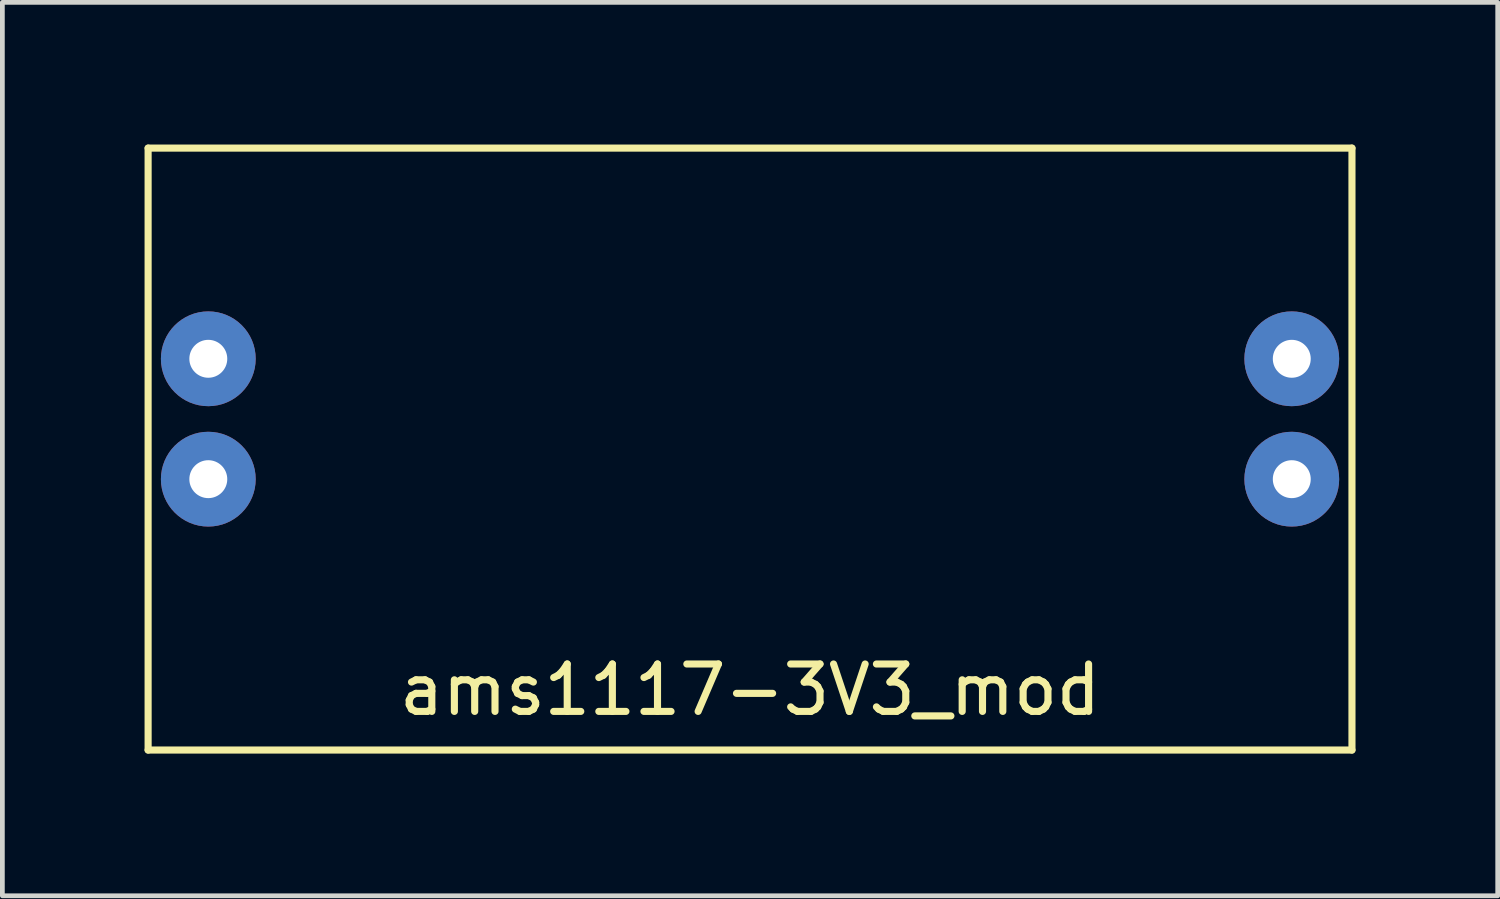
<source format=kicad_pcb>
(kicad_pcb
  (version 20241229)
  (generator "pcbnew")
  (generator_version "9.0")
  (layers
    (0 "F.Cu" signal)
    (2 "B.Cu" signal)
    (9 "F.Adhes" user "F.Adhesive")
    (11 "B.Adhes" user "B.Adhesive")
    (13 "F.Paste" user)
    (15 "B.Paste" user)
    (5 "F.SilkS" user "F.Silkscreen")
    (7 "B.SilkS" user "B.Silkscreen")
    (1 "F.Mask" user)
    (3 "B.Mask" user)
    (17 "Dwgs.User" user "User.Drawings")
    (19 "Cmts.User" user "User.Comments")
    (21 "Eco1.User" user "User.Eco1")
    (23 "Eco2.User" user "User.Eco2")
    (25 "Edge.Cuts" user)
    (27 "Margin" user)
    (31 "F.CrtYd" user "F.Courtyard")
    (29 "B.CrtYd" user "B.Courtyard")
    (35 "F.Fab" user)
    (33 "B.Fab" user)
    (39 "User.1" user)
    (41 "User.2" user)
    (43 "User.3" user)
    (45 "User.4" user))
  (footprint "ams1117-3V3_mod"
    (layer "F.Cu")
    (at 12.775 6.425)
    (property "Reference" "ams1117-3V3_mod" (at 0 5.08 0) (layer "F.SilkS") (effects (font (size 1 1) (thickness 0.15))))
    (attr through_hole)
    (fp_line (start -12.7 -6.35) (end 12.7 -6.35) (stroke (width 0.15) (type solid)) (layer "F.SilkS"))
    (fp_line (start -12.7 6.35) (end -12.7 -6.35) (stroke (width 0.15) (type solid)) (layer "F.SilkS"))
    (fp_line (start 12.7 -6.35) (end 12.7 6.35) (stroke (width 0.15) (type solid)) (layer "F.SilkS"))
    (fp_line (start 12.7 6.35) (end -12.7 6.35) (stroke (width 0.15) (type solid)) (layer "F.SilkS"))
    (pad "1" thru_hole circle (at -11.43 -1.905) (size 2 2) (drill 0.8) (layers "*.Cu" "*.Mask"))
    (pad "2" thru_hole circle (at -11.43 0.635) (size 2 2) (drill 0.8) (layers "*.Cu" "*.Mask"))
    (pad "3" thru_hole circle (at 11.43 -1.905) (size 2 2) (drill 0.8) (layers "*.Cu" "*.Mask"))
    (pad "4" thru_hole circle (at 11.43 0.635) (size 2 2) (drill 0.8) (layers "*.Cu" "*.Mask")))
  (gr_rect
    (start -3 -3)
    (end 28.55 15.85)
    (stroke (width 0.1) (type default))
    (fill no)
    (layer "Edge.Cuts")))
</source>
